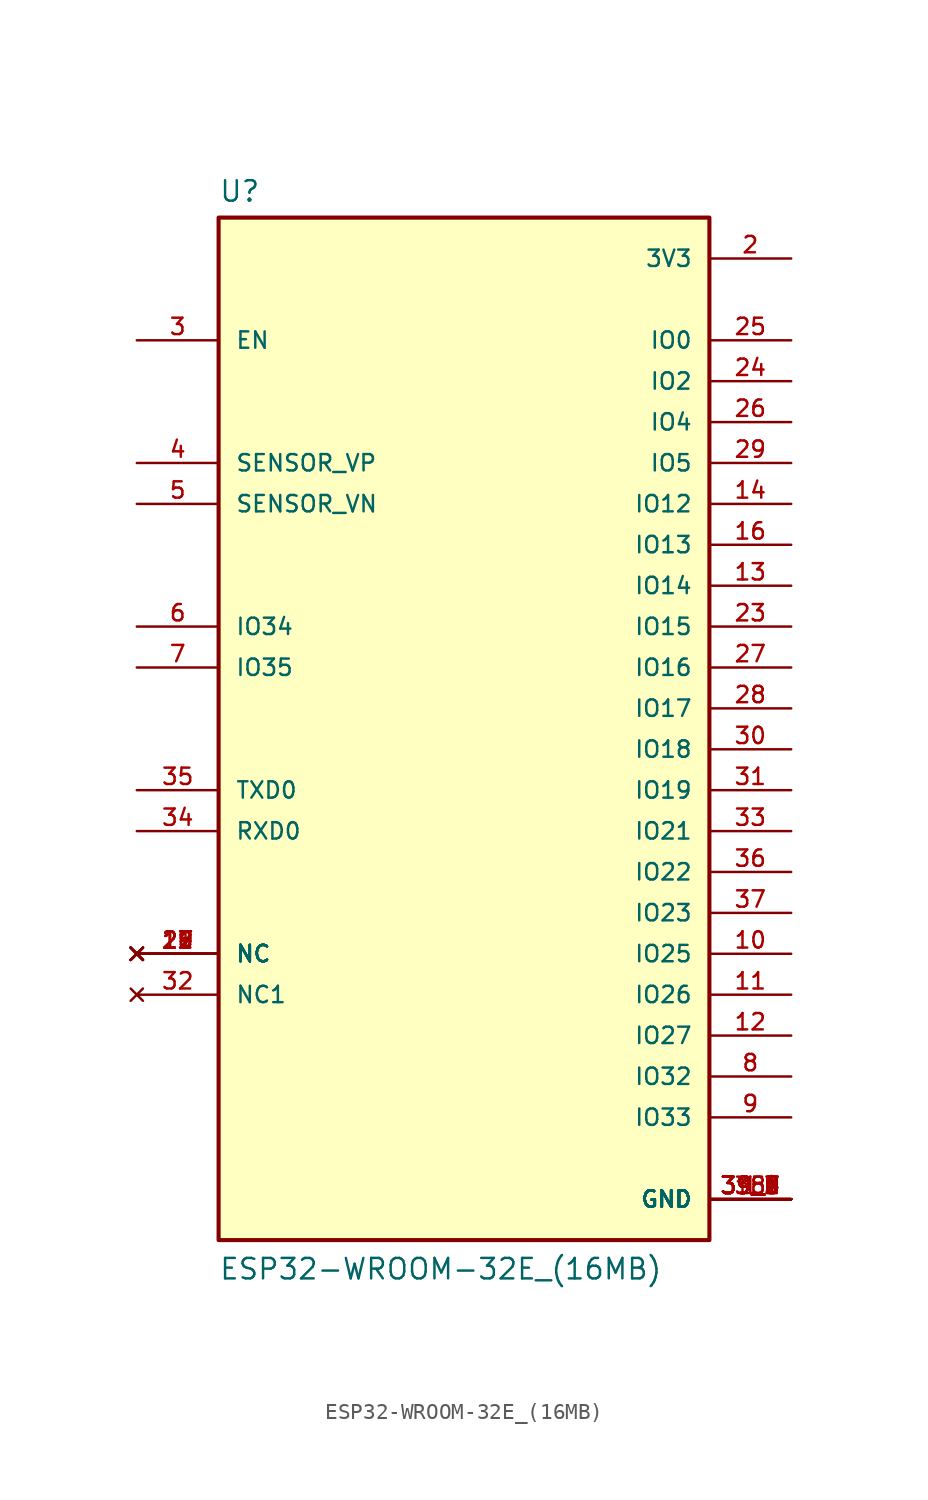
<source format=kicad_sym>
(kicad_symbol_lib
  (version 20211014)
  (generator kicad_symbol_editor)
  (symbol "ESP32-WROOM-32E_(16MB)"
    (pin_names
      (offset 1.016))
    (property "Reference" "U"
      (at -15.24 33.909 0)
      (effects (font (size 1.27 1.27)) (justify bottom left)))
    (property "Value" "ESP32-WROOM-32E_(16MB)"
      (at -15.24 -33.02 0)
      (effects (font (size 1.27 1.27)) (justify bottom left)))
    (symbol "ESP32-WROOM-32E_(16MB)_0_0"
      (rectangle (start -15.24 -30.48) (end 15.24 33.02) (stroke (width 0.254)) (fill (type background)))
      (pin power_in line (at 20.32 -27.94 180.0) (length 5.08) (name "GND" (effects (font (size 1.016 1.016)))) (number "1" (effects (font (size 1.016 1.016)))))
      (pin power_in line (at 20.32 -27.94 180.0) (length 5.08) (name "GND" (effects (font (size 1.016 1.016)))) (number "15" (effects (font (size 1.016 1.016)))))
      (pin power_in line (at 20.32 -27.94 180.0) (length 5.08) (name "GND" (effects (font (size 1.016 1.016)))) (number "38" (effects (font (size 1.016 1.016)))))
      (pin power_in line (at 20.32 -27.94 180.0) (length 5.08) (name "GND" (effects (font (size 1.016 1.016)))) (number "39_1" (effects (font (size 1.016 1.016)))))
      (pin power_in line (at 20.32 -27.94 180.0) (length 5.08) (name "GND" (effects (font (size 1.016 1.016)))) (number "39_2" (effects (font (size 1.016 1.016)))))
      (pin power_in line (at 20.32 -27.94 180.0) (length 5.08) (name "GND" (effects (font (size 1.016 1.016)))) (number "39_3" (effects (font (size 1.016 1.016)))))
      (pin power_in line (at 20.32 -27.94 180.0) (length 5.08) (name "GND" (effects (font (size 1.016 1.016)))) (number "39_4" (effects (font (size 1.016 1.016)))))
      (pin power_in line (at 20.32 -27.94 180.0) (length 5.08) (name "GND" (effects (font (size 1.016 1.016)))) (number "39_5" (effects (font (size 1.016 1.016)))))
      (pin power_in line (at 20.32 -27.94 180.0) (length 5.08) (name "GND" (effects (font (size 1.016 1.016)))) (number "39_6" (effects (font (size 1.016 1.016)))))
      (pin power_in line (at 20.32 -27.94 180.0) (length 5.08) (name "GND" (effects (font (size 1.016 1.016)))) (number "39_7" (effects (font (size 1.016 1.016)))))
      (pin power_in line (at 20.32 -27.94 180.0) (length 5.08) (name "GND" (effects (font (size 1.016 1.016)))) (number "39_8" (effects (font (size 1.016 1.016)))))
      (pin power_in line (at 20.32 -27.94 180.0) (length 5.08) (name "GND" (effects (font (size 1.016 1.016)))) (number "39_9" (effects (font (size 1.016 1.016)))))
      (pin power_in line (at 20.32 30.48 180.0) (length 5.08) (name "3V3" (effects (font (size 1.016 1.016)))) (number "2" (effects (font (size 1.016 1.016)))))
      (pin input line (at -20.32 25.4 0) (length 5.08) (name "EN" (effects (font (size 1.016 1.016)))) (number "3" (effects (font (size 1.016 1.016)))))
      (pin input line (at -20.32 17.78 0) (length 5.08) (name "SENSOR_VP" (effects (font (size 1.016 1.016)))) (number "4" (effects (font (size 1.016 1.016)))))
      (pin input line (at -20.32 15.24 0) (length 5.08) (name "SENSOR_VN" (effects (font (size 1.016 1.016)))) (number "5" (effects (font (size 1.016 1.016)))))
      (pin input line (at -20.32 7.62 0) (length 5.08) (name "IO34" (effects (font (size 1.016 1.016)))) (number "6" (effects (font (size 1.016 1.016)))))
      (pin input line (at -20.32 5.08 0) (length 5.08) (name "IO35" (effects (font (size 1.016 1.016)))) (number "7" (effects (font (size 1.016 1.016)))))
      (pin bidirectional line (at 20.32 -22.86 180.0) (length 5.08) (name "IO33" (effects (font (size 1.016 1.016)))) (number "9" (effects (font (size 1.016 1.016)))))
      (pin bidirectional line (at 20.32 -20.32 180.0) (length 5.08) (name "IO32" (effects (font (size 1.016 1.016)))) (number "8" (effects (font (size 1.016 1.016)))))
      (pin bidirectional line (at 20.32 -12.7 180.0) (length 5.08) (name "IO25" (effects (font (size 1.016 1.016)))) (number "10" (effects (font (size 1.016 1.016)))))
      (pin bidirectional line (at 20.32 -15.24 180.0) (length 5.08) (name "IO26" (effects (font (size 1.016 1.016)))) (number "11" (effects (font (size 1.016 1.016)))))
      (pin bidirectional line (at 20.32 -17.78 180.0) (length 5.08) (name "IO27" (effects (font (size 1.016 1.016)))) (number "12" (effects (font (size 1.016 1.016)))))
      (pin bidirectional line (at 20.32 10.16 180.0) (length 5.08) (name "IO14" (effects (font (size 1.016 1.016)))) (number "13" (effects (font (size 1.016 1.016)))))
      (pin bidirectional line (at 20.32 15.24 180.0) (length 5.08) (name "IO12" (effects (font (size 1.016 1.016)))) (number "14" (effects (font (size 1.016 1.016)))))
      (pin bidirectional line (at 20.32 12.7 180.0) (length 5.08) (name "IO13" (effects (font (size 1.016 1.016)))) (number "16" (effects (font (size 1.016 1.016)))))
      (pin bidirectional line (at 20.32 7.62 180.0) (length 5.08) (name "IO15" (effects (font (size 1.016 1.016)))) (number "23" (effects (font (size 1.016 1.016)))))
      (pin bidirectional line (at 20.32 22.86 180.0) (length 5.08) (name "IO2" (effects (font (size 1.016 1.016)))) (number "24" (effects (font (size 1.016 1.016)))))
      (pin bidirectional line (at 20.32 25.4 180.0) (length 5.08) (name "IO0" (effects (font (size 1.016 1.016)))) (number "25" (effects (font (size 1.016 1.016)))))
      (pin bidirectional line (at 20.32 20.32 180.0) (length 5.08) (name "IO4" (effects (font (size 1.016 1.016)))) (number "26" (effects (font (size 1.016 1.016)))))
      (pin bidirectional line (at 20.32 5.08 180.0) (length 5.08) (name "IO16" (effects (font (size 1.016 1.016)))) (number "27" (effects (font (size 1.016 1.016)))))
      (pin bidirectional line (at 20.32 2.54 180.0) (length 5.08) (name "IO17" (effects (font (size 1.016 1.016)))) (number "28" (effects (font (size 1.016 1.016)))))
      (pin bidirectional line (at 20.32 17.78 180.0) (length 5.08) (name "IO5" (effects (font (size 1.016 1.016)))) (number "29" (effects (font (size 1.016 1.016)))))
      (pin bidirectional line (at 20.32 0.0 180.0) (length 5.08) (name "IO18" (effects (font (size 1.016 1.016)))) (number "30" (effects (font (size 1.016 1.016)))))
      (pin bidirectional line (at 20.32 -2.54 180.0) (length 5.08) (name "IO19" (effects (font (size 1.016 1.016)))) (number "31" (effects (font (size 1.016 1.016)))))
      (pin bidirectional line (at 20.32 -5.08 180.0) (length 5.08) (name "IO21" (effects (font (size 1.016 1.016)))) (number "33" (effects (font (size 1.016 1.016)))))
      (pin bidirectional line (at 20.32 -7.62 180.0) (length 5.08) (name "IO22" (effects (font (size 1.016 1.016)))) (number "36" (effects (font (size 1.016 1.016)))))
      (pin bidirectional line (at 20.32 -10.16 180.0) (length 5.08) (name "IO23" (effects (font (size 1.016 1.016)))) (number "37" (effects (font (size 1.016 1.016)))))
      (pin bidirectional line (at -20.32 -5.08 0) (length 5.08) (name "RXD0" (effects (font (size 1.016 1.016)))) (number "34" (effects (font (size 1.016 1.016)))))
      (pin bidirectional line (at -20.32 -2.54 0) (length 5.08) (name "TXD0" (effects (font (size 1.016 1.016)))) (number "35" (effects (font (size 1.016 1.016)))))
      (pin no_connect line (at -20.32 -12.7 0) (length 5.08) (name "NC" (effects (font (size 1.016 1.016)))) (number "17" (effects (font (size 1.016 1.016)))))
      (pin no_connect line (at -20.32 -12.7 0) (length 5.08) (name "NC" (effects (font (size 1.016 1.016)))) (number "18" (effects (font (size 1.016 1.016)))))
      (pin no_connect line (at -20.32 -12.7 0) (length 5.08) (name "NC" (effects (font (size 1.016 1.016)))) (number "19" (effects (font (size 1.016 1.016)))))
      (pin no_connect line (at -20.32 -12.7 0) (length 5.08) (name "NC" (effects (font (size 1.016 1.016)))) (number "20" (effects (font (size 1.016 1.016)))))
      (pin no_connect line (at -20.32 -12.7 0) (length 5.08) (name "NC" (effects (font (size 1.016 1.016)))) (number "21" (effects (font (size 1.016 1.016)))))
      (pin no_connect line (at -20.32 -12.7 0) (length 5.08) (name "NC" (effects (font (size 1.016 1.016)))) (number "22" (effects (font (size 1.016 1.016)))))
      (pin no_connect line (at -20.32 -15.24 0) (length 5.08) (name "NC1" (effects (font (size 1.016 1.016)))) (number "32" (effects (font (size 1.016 1.016))))))))
</source>
